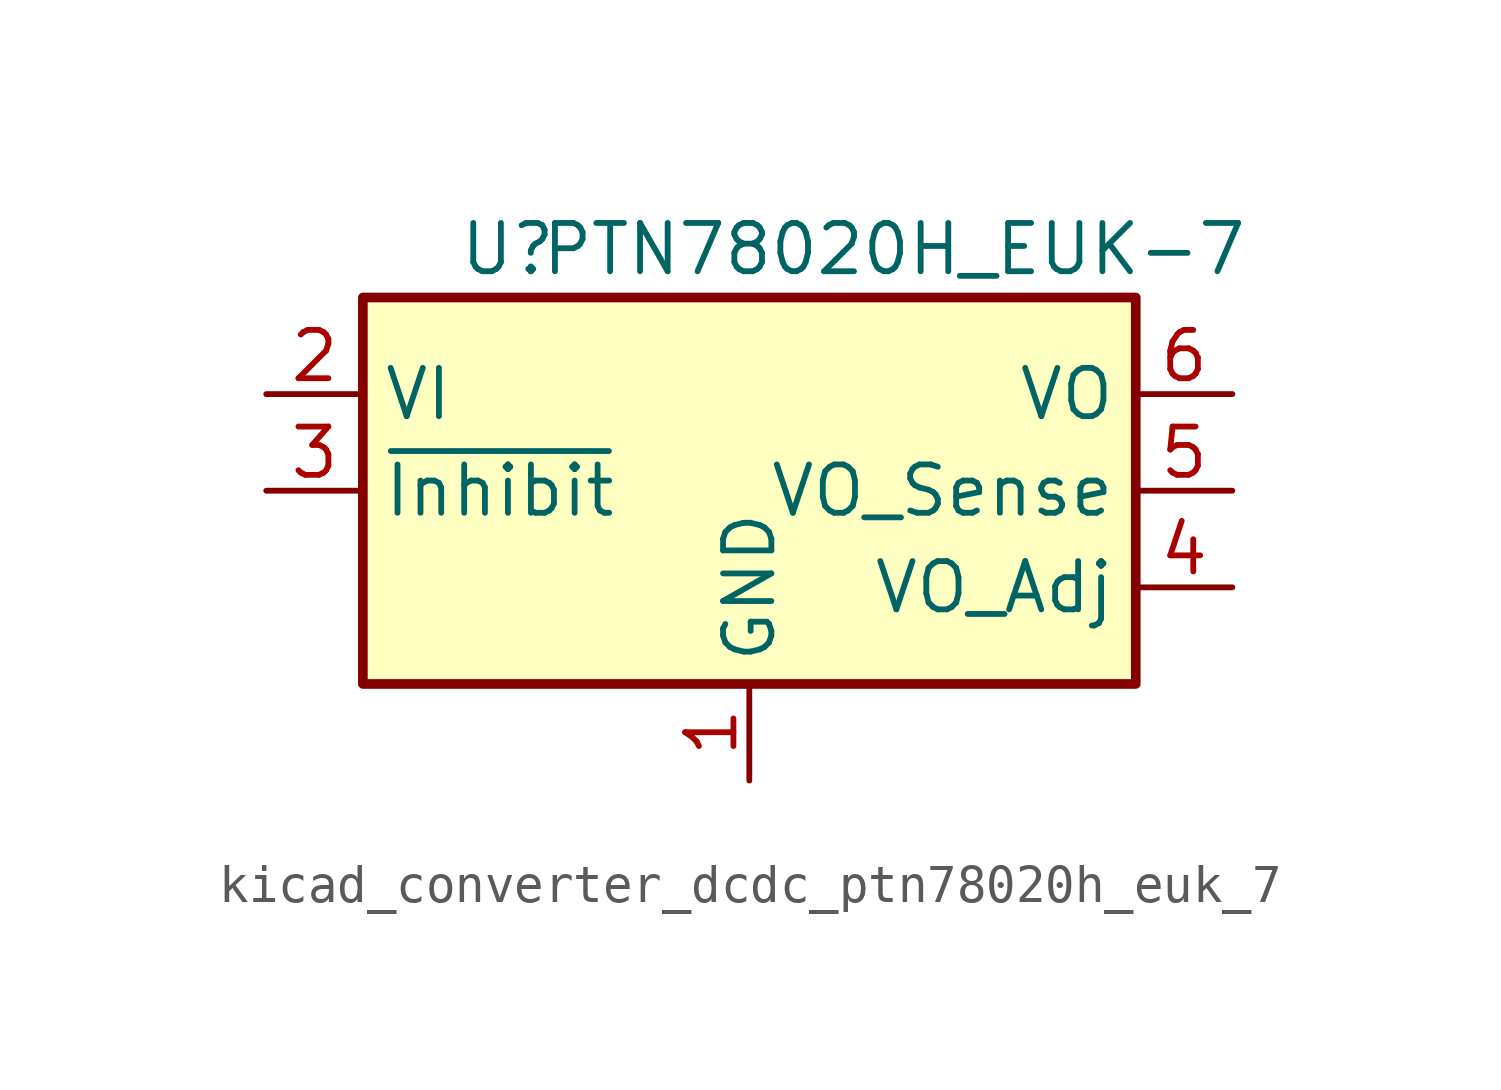
<source format=kicad_sym>
(kicad_symbol_lib
  (version 20220914)
  (generator kicad_symbol_editor)
  (symbol "kicad_converter_dcdc_ptn78020h_euk_7"
    (property "Reference" "U"
      (at -6.35 6.35 0)
      (effects (font (size 1.27 1.27))))
    (property "Value" "PTN78020H_EUK-7"
      (at 3.81 6.35 0)
      (effects (font (size 1.27 1.27))))
    (symbol "kicad_converter_dcdc_ptn78020h_euk_7_0_1"
      (rectangle (start -10.16 5.08) (end 10.16 -5.08) (stroke (width 0.254) (type default)) (fill (type background))))
    (symbol "kicad_converter_dcdc_ptn78020h_euk_7_1_1"
      (pin power_in line (at 0 -7.62 90) (length 2.54) (name "GND" (effects (font (size 1.27 1.27)))) (number "1" (effects (font (size 1.27 1.27)))))
      (pin power_in line (at -12.7 2.54 0) (length 2.54) (name "VI" (effects (font (size 1.27 1.27)))) (number "2" (effects (font (size 1.27 1.27)))))
      (pin input line (at -12.7 0 0) (length 2.54) (name "~{Inhibit}" (effects (font (size 1.27 1.27)))) (number "3" (effects (font (size 1.27 1.27)))))
      (pin input line (at 12.7 -2.54 180) (length 2.54) (name "VO_Adj" (effects (font (size 1.27 1.27)))) (number "4" (effects (font (size 1.27 1.27)))))
      (pin power_out line (at 12.7 0 180) (length 2.54) (name "VO_Sense" (effects (font (size 1.27 1.27)))) (number "5" (effects (font (size 1.27 1.27)))))
      (pin power_out line (at 12.7 2.54 180) (length 2.54) (name "VO" (effects (font (size 1.27 1.27)))) (number "6" (effects (font (size 1.27 1.27)))))
      (pin passive line (at 0 -7.62 90) (length 2.54) hide (name "GND" (effects (font (size 1.27 1.27)))) (number "7" (effects (font (size 1.27 1.27))))))))
</source>
